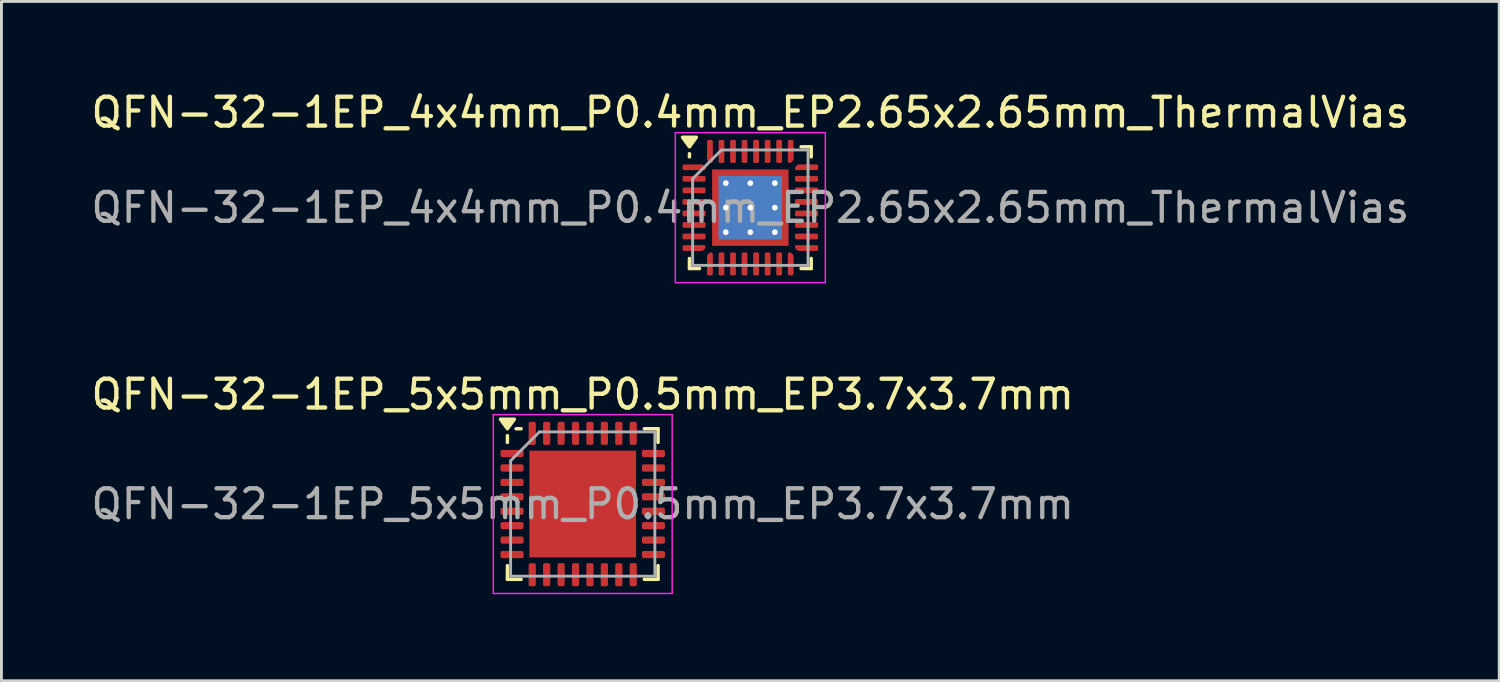
<source format=kicad_pcb>
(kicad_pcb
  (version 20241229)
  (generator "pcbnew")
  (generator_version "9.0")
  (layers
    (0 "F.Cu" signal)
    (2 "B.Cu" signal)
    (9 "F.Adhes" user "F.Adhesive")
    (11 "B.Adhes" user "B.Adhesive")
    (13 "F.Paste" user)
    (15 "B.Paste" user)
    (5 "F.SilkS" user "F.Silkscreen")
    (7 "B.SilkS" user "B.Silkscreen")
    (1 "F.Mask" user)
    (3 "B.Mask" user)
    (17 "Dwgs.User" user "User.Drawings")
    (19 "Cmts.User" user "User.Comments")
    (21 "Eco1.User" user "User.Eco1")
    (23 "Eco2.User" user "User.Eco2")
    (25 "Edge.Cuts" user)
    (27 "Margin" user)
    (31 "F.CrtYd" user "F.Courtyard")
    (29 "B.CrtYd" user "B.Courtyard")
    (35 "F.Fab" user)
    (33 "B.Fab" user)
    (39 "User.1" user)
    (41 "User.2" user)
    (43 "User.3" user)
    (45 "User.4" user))
  (footprint "QFN-32-1EP_5x5mm_P0.5mm_EP3.7x3.7mm"
    (layer "F.Cu")
    (at 17.149 14.421)
    (property "Reference" "QFN-32-1EP_5x5mm_P0.5mm_EP3.7x3.7mm" (at 0 -3.8 0) (layer "F.SilkS") (effects (font (size 1 1) (thickness 0.15))))
    (attr smd)
    (fp_line (start -2.61 -2.135) (end -2.61 -2.37) (stroke (width 0.12) (type solid)) (layer "F.SilkS"))
    (fp_line (start -2.61 2.61) (end -2.61 2.135) (stroke (width 0.12) (type solid)) (layer "F.SilkS"))
    (fp_line (start -2.135 -2.61) (end -2.31 -2.61) (stroke (width 0.12) (type solid)) (layer "F.SilkS"))
    (fp_line (start -2.135 2.61) (end -2.61 2.61) (stroke (width 0.12) (type solid)) (layer "F.SilkS"))
    (fp_line (start 2.135 -2.61) (end 2.61 -2.61) (stroke (width 0.12) (type solid)) (layer "F.SilkS"))
    (fp_line (start 2.135 2.61) (end 2.61 2.61) (stroke (width 0.12) (type solid)) (layer "F.SilkS"))
    (fp_line (start 2.61 -2.61) (end 2.61 -2.135) (stroke (width 0.12) (type solid)) (layer "F.SilkS"))
    (fp_line (start 2.61 2.61) (end 2.61 2.135) (stroke (width 0.12) (type solid)) (layer "F.SilkS"))
    (fp_poly (pts (xy -2.61 -2.61) (xy -2.85 -2.94) (xy -2.37 -2.94) (xy -2.61 -2.61)) (stroke (width 0.12) (type solid)) (fill yes) (layer "F.SilkS"))
    (fp_line (start -3.1 -3.1) (end -3.1 3.1) (stroke (width 0.05) (type solid)) (layer "F.CrtYd"))
    (fp_line (start -3.1 3.1) (end 3.1 3.1) (stroke (width 0.05) (type solid)) (layer "F.CrtYd"))
    (fp_line (start 3.1 -3.1) (end -3.1 -3.1) (stroke (width 0.05) (type solid)) (layer "F.CrtYd"))
    (fp_line (start 3.1 3.1) (end 3.1 -3.1) (stroke (width 0.05) (type solid)) (layer "F.CrtYd"))
    (fp_line (start -2.5 -1.5) (end -1.5 -2.5) (stroke (width 0.1) (type solid)) (layer "F.Fab"))
    (fp_line (start -2.5 2.5) (end -2.5 -1.5) (stroke (width 0.1) (type solid)) (layer "F.Fab"))
    (fp_line (start -1.5 -2.5) (end 2.5 -2.5) (stroke (width 0.1) (type solid)) (layer "F.Fab"))
    (fp_line (start 2.5 -2.5) (end 2.5 2.5) (stroke (width 0.1) (type solid)) (layer "F.Fab"))
    (fp_line (start 2.5 2.5) (end -2.5 2.5) (stroke (width 0.1) (type solid)) (layer "F.Fab"))
    (fp_text user "${REFERENCE}" (at 0 0 0) (layer "F.Fab") (effects (font (size 1 1) (thickness 0.15))))
    (pad "" smd roundrect (at -0.925 -0.925) (size 1.49 1.49) (layers "F.Paste") (roundrect_rratio 0.168))
    (pad "" smd roundrect (at -0.925 0.925) (size 1.49 1.49) (layers "F.Paste") (roundrect_rratio 0.168))
    (pad "" smd roundrect (at 0.925 -0.925) (size 1.49 1.49) (layers "F.Paste") (roundrect_rratio 0.168))
    (pad "" smd roundrect (at 0.925 0.925) (size 1.49 1.49) (layers "F.Paste") (roundrect_rratio 0.168))
    (pad "1" smd roundrect (at -2.45 -1.75) (size 0.8 0.25) (layers "F.Cu" "F.Mask" "F.Paste") (roundrect_rratio 0.25))
    (pad "2" smd roundrect (at -2.45 -1.25) (size 0.8 0.25) (layers "F.Cu" "F.Mask" "F.Paste") (roundrect_rratio 0.25))
    (pad "3" smd roundrect (at -2.45 -0.75) (size 0.8 0.25) (layers "F.Cu" "F.Mask" "F.Paste") (roundrect_rratio 0.25))
    (pad "4" smd roundrect (at -2.45 -0.25) (size 0.8 0.25) (layers "F.Cu" "F.Mask" "F.Paste") (roundrect_rratio 0.25))
    (pad "5" smd roundrect (at -2.45 0.25) (size 0.8 0.25) (layers "F.Cu" "F.Mask" "F.Paste") (roundrect_rratio 0.25))
    (pad "6" smd roundrect (at -2.45 0.75) (size 0.8 0.25) (layers "F.Cu" "F.Mask" "F.Paste") (roundrect_rratio 0.25))
    (pad "7" smd roundrect (at -2.45 1.25) (size 0.8 0.25) (layers "F.Cu" "F.Mask" "F.Paste") (roundrect_rratio 0.25))
    (pad "8" smd roundrect (at -2.45 1.75) (size 0.8 0.25) (layers "F.Cu" "F.Mask" "F.Paste") (roundrect_rratio 0.25))
    (pad "9" smd roundrect (at -1.75 2.45) (size 0.25 0.8) (layers "F.Cu" "F.Mask" "F.Paste") (roundrect_rratio 0.25))
    (pad "10" smd roundrect (at -1.25 2.45) (size 0.25 0.8) (layers "F.Cu" "F.Mask" "F.Paste") (roundrect_rratio 0.25))
    (pad "11" smd roundrect (at -0.75 2.45) (size 0.25 0.8) (layers "F.Cu" "F.Mask" "F.Paste") (roundrect_rratio 0.25))
    (pad "12" smd roundrect (at -0.25 2.45) (size 0.25 0.8) (layers "F.Cu" "F.Mask" "F.Paste") (roundrect_rratio 0.25))
    (pad "13" smd roundrect (at 0.25 2.45) (size 0.25 0.8) (layers "F.Cu" "F.Mask" "F.Paste") (roundrect_rratio 0.25))
    (pad "14" smd roundrect (at 0.75 2.45) (size 0.25 0.8) (layers "F.Cu" "F.Mask" "F.Paste") (roundrect_rratio 0.25))
    (pad "15" smd roundrect (at 1.25 2.45) (size 0.25 0.8) (layers "F.Cu" "F.Mask" "F.Paste") (roundrect_rratio 0.25))
    (pad "16" smd roundrect (at 1.75 2.45) (size 0.25 0.8) (layers "F.Cu" "F.Mask" "F.Paste") (roundrect_rratio 0.25))
    (pad "17" smd roundrect (at 2.45 1.75) (size 0.8 0.25) (layers "F.Cu" "F.Mask" "F.Paste") (roundrect_rratio 0.25))
    (pad "18" smd roundrect (at 2.45 1.25) (size 0.8 0.25) (layers "F.Cu" "F.Mask" "F.Paste") (roundrect_rratio 0.25))
    (pad "19" smd roundrect (at 2.45 0.75) (size 0.8 0.25) (layers "F.Cu" "F.Mask" "F.Paste") (roundrect_rratio 0.25))
    (pad "20" smd roundrect (at 2.45 0.25) (size 0.8 0.25) (layers "F.Cu" "F.Mask" "F.Paste") (roundrect_rratio 0.25))
    (pad "21" smd roundrect (at 2.45 -0.25) (size 0.8 0.25) (layers "F.Cu" "F.Mask" "F.Paste") (roundrect_rratio 0.25))
    (pad "22" smd roundrect (at 2.45 -0.75) (size 0.8 0.25) (layers "F.Cu" "F.Mask" "F.Paste") (roundrect_rratio 0.25))
    (pad "23" smd roundrect (at 2.45 -1.25) (size 0.8 0.25) (layers "F.Cu" "F.Mask" "F.Paste") (roundrect_rratio 0.25))
    (pad "24" smd roundrect (at 2.45 -1.75) (size 0.8 0.25) (layers "F.Cu" "F.Mask" "F.Paste") (roundrect_rratio 0.25))
    (pad "25" smd roundrect (at 1.75 -2.45) (size 0.25 0.8) (layers "F.Cu" "F.Mask" "F.Paste") (roundrect_rratio 0.25))
    (pad "26" smd roundrect (at 1.25 -2.45) (size 0.25 0.8) (layers "F.Cu" "F.Mask" "F.Paste") (roundrect_rratio 0.25))
    (pad "27" smd roundrect (at 0.75 -2.45) (size 0.25 0.8) (layers "F.Cu" "F.Mask" "F.Paste") (roundrect_rratio 0.25))
    (pad "28" smd roundrect (at 0.25 -2.45) (size 0.25 0.8) (layers "F.Cu" "F.Mask" "F.Paste") (roundrect_rratio 0.25))
    (pad "29" smd roundrect (at -0.25 -2.45) (size 0.25 0.8) (layers "F.Cu" "F.Mask" "F.Paste") (roundrect_rratio 0.25))
    (pad "30" smd roundrect (at -0.75 -2.45) (size 0.25 0.8) (layers "F.Cu" "F.Mask" "F.Paste") (roundrect_rratio 0.25))
    (pad "31" smd roundrect (at -1.25 -2.45) (size 0.25 0.8) (layers "F.Cu" "F.Mask" "F.Paste") (roundrect_rratio 0.25))
    (pad "32" smd roundrect (at -1.75 -2.45) (size 0.25 0.8) (layers "F.Cu" "F.Mask" "F.Paste") (roundrect_rratio 0.25))
    (pad "33" smd rect (at 0 0) (size 3.7 3.7) (property pad_prop_heatsink) (layers "F.Cu" "F.Mask")))
  (footprint "QFN-32-1EP_4x4mm_P0.4mm_EP2.65x2.65mm_ThermalVias"
    (layer "F.Cu")
    (at 22.958 4.148)
    (property "Reference" "QFN-32-1EP_4x4mm_P0.4mm_EP2.65x2.65mm_ThermalVias" (at 0 -3.3 0) (layer "F.SilkS") (effects (font (size 1 1) (thickness 0.15))))
    (attr smd)
    (fp_line (start -2.11 -1.76) (end -2.11 -1.87) (stroke (width 0.12) (type solid)) (layer "F.SilkS"))
    (fp_line (start -2.11 2.11) (end -2.11 1.76) (stroke (width 0.12) (type solid)) (layer "F.SilkS"))
    (fp_line (start -1.76 2.11) (end -2.11 2.11) (stroke (width 0.12) (type solid)) (layer "F.SilkS"))
    (fp_line (start 1.76 -2.11) (end 2.11 -2.11) (stroke (width 0.12) (type solid)) (layer "F.SilkS"))
    (fp_line (start 1.76 2.11) (end 2.11 2.11) (stroke (width 0.12) (type solid)) (layer "F.SilkS"))
    (fp_line (start 2.11 -2.11) (end 2.11 -1.76) (stroke (width 0.12) (type solid)) (layer "F.SilkS"))
    (fp_line (start 2.11 2.11) (end 2.11 1.76) (stroke (width 0.12) (type solid)) (layer "F.SilkS"))
    (fp_poly (pts (xy -2.11 -2.11) (xy -2.35 -2.44) (xy -1.87 -2.44) (xy -2.11 -2.11)) (stroke (width 0.12) (type solid)) (fill yes) (layer "F.SilkS"))
    (fp_line (start -2.6 -2.6) (end -2.6 2.6) (stroke (width 0.05) (type solid)) (layer "F.CrtYd"))
    (fp_line (start -2.6 2.6) (end 2.6 2.6) (stroke (width 0.05) (type solid)) (layer "F.CrtYd"))
    (fp_line (start 2.6 -2.6) (end -2.6 -2.6) (stroke (width 0.05) (type solid)) (layer "F.CrtYd"))
    (fp_line (start 2.6 2.6) (end 2.6 -2.6) (stroke (width 0.05) (type solid)) (layer "F.CrtYd"))
    (fp_line (start -2 -1) (end -1 -2) (stroke (width 0.1) (type solid)) (layer "F.Fab"))
    (fp_line (start -2 2) (end -2 -1) (stroke (width 0.1) (type solid)) (layer "F.Fab"))
    (fp_line (start -1 -2) (end 2 -2) (stroke (width 0.1) (type solid)) (layer "F.Fab"))
    (fp_line (start 2 -2) (end 2 2) (stroke (width 0.1) (type solid)) (layer "F.Fab"))
    (fp_line (start 2 2) (end -2 2) (stroke (width 0.1) (type solid)) (layer "F.Fab"))
    (fp_text user "${REFERENCE}" (at 0 0 0) (layer "F.Fab") (effects (font (size 1 1) (thickness 0.15))))
    (pad "" smd custom (at -1.087 -1.087) (size 0.248 0.248) (layers "F.Paste") (options (anchor circle)) (primitives (gr_poly (pts (xy -0.096 -0.096) (xy 0.096 -0.096) (xy 0.096 -0.039) (xy -0.039 0.096) (xy -0.096 0.096)) (width 0.191) (fill yes))))
    (pad "" smd custom (at -1.087 -0.425) (size 0.274 0.274) (layers "F.Paste") (options (anchor circle)) (primitives (gr_poly (pts (xy -0.096 -0.247) (xy -0.003 -0.247) (xy 0.096 -0.149) (xy 0.096 0.149) (xy -0.003 0.247) (xy -0.096 0.247)) (width 0.191) (fill yes))))
    (pad "" smd custom (at -1.087 0.425) (size 0.274 0.274) (layers "F.Paste") (options (anchor circle)) (primitives (gr_poly (pts (xy -0.096 -0.247) (xy -0.003 -0.247) (xy 0.096 -0.149) (xy 0.096 0.149) (xy -0.003 0.247) (xy -0.096 0.247)) (width 0.191) (fill yes))))
    (pad "" smd custom (at -1.087 1.087) (size 0.248 0.248) (layers "F.Paste") (options (anchor circle)) (primitives (gr_poly (pts (xy -0.096 -0.096) (xy -0.039 -0.096) (xy 0.096 0.039) (xy 0.096 0.096) (xy -0.096 0.096)) (width 0.191) (fill yes))))
    (pad "" smd custom (at -0.425 -1.087) (size 0.274 0.274) (layers "F.Paste") (options (anchor circle)) (primitives (gr_poly (pts (xy -0.247 -0.096) (xy 0.247 -0.096) (xy 0.247 -0.003) (xy 0.149 0.096) (xy -0.149 0.096) (xy -0.247 -0.003)) (width 0.191) (fill yes))))
    (pad "" smd custom (at -0.425 -0.425) (size 0.602 0.602) (layers "F.Paste") (options (anchor circle)) (primitives (gr_poly (pts (xy -0.259 -0.19) (xy -0.19 -0.259) (xy 0.19 -0.259) (xy 0.259 -0.19) (xy 0.259 0.19) (xy 0.19 0.259) (xy -0.19 0.259) (xy -0.259 0.19)) (width 0.167) (fill yes))))
    (pad "" smd custom (at -0.425 0.425) (size 0.602 0.602) (layers "F.Paste") (options (anchor circle)) (primitives (gr_poly (pts (xy -0.259 -0.19) (xy -0.19 -0.259) (xy 0.19 -0.259) (xy 0.259 -0.19) (xy 0.259 0.19) (xy 0.19 0.259) (xy -0.19 0.259) (xy -0.259 0.19)) (width 0.167) (fill yes))))
    (pad "" smd custom (at -0.425 1.087) (size 0.274 0.274) (layers "F.Paste") (options (anchor circle)) (primitives (gr_poly (pts (xy -0.247 0.003) (xy -0.149 -0.096) (xy 0.149 -0.096) (xy 0.247 0.003) (xy 0.247 0.096) (xy -0.247 0.096)) (width 0.191) (fill yes))))
    (pad "" smd custom (at 0.425 -1.087) (size 0.274 0.274) (layers "F.Paste") (options (anchor circle)) (primitives (gr_poly (pts (xy -0.247 -0.096) (xy 0.247 -0.096) (xy 0.247 -0.003) (xy 0.149 0.096) (xy -0.149 0.096) (xy -0.247 -0.003)) (width 0.191) (fill yes))))
    (pad "" smd custom (at 0.425 -0.425) (size 0.602 0.602) (layers "F.Paste") (options (anchor circle)) (primitives (gr_poly (pts (xy -0.259 -0.19) (xy -0.19 -0.259) (xy 0.19 -0.259) (xy 0.259 -0.19) (xy 0.259 0.19) (xy 0.19 0.259) (xy -0.19 0.259) (xy -0.259 0.19)) (width 0.167) (fill yes))))
    (pad "" smd custom (at 0.425 0.425) (size 0.602 0.602) (layers "F.Paste") (options (anchor circle)) (primitives (gr_poly (pts (xy -0.259 -0.19) (xy -0.19 -0.259) (xy 0.19 -0.259) (xy 0.259 -0.19) (xy 0.259 0.19) (xy 0.19 0.259) (xy -0.19 0.259) (xy -0.259 0.19)) (width 0.167) (fill yes))))
    (pad "" smd custom (at 0.425 1.087) (size 0.274 0.274) (layers "F.Paste") (options (anchor circle)) (primitives (gr_poly (pts (xy -0.247 0.003) (xy -0.149 -0.096) (xy 0.149 -0.096) (xy 0.247 0.003) (xy 0.247 0.096) (xy -0.247 0.096)) (width 0.191) (fill yes))))
    (pad "" smd custom (at 1.087 -1.087) (size 0.248 0.248) (layers "F.Paste") (options (anchor circle)) (primitives (gr_poly (pts (xy -0.096 -0.096) (xy 0.096 -0.096) (xy 0.096 0.096) (xy 0.039 0.096) (xy -0.096 -0.039)) (width 0.191) (fill yes))))
    (pad "" smd custom (at 1.087 -0.425) (size 0.274 0.274) (layers "F.Paste") (options (anchor circle)) (primitives (gr_poly (pts (xy -0.096 -0.149) (xy 0.003 -0.247) (xy 0.096 -0.247) (xy 0.096 0.247) (xy 0.003 0.247) (xy -0.096 0.149)) (width 0.191) (fill yes))))
    (pad "" smd custom (at 1.087 0.425) (size 0.274 0.274) (layers "F.Paste") (options (anchor circle)) (primitives (gr_poly (pts (xy -0.096 -0.149) (xy 0.003 -0.247) (xy 0.096 -0.247) (xy 0.096 0.247) (xy 0.003 0.247) (xy -0.096 0.149)) (width 0.191) (fill yes))))
    (pad "" smd custom (at 1.087 1.087) (size 0.248 0.248) (layers "F.Paste") (options (anchor circle)) (primitives (gr_poly (pts (xy -0.096 0.039) (xy 0.039 -0.096) (xy 0.096 -0.096) (xy 0.096 0.096) (xy -0.096 0.096)) (width 0.191) (fill yes))))
    (pad "1" smd custom (at -1.95 -1.4) (size 0.129 0.129) (layers "F.Cu" "F.Mask" "F.Paste") (options (anchor circle)) (primitives (gr_poly (pts (xy -0.35 -0.05) (xy 0.279 -0.05) (xy 0.35 0.021) (xy 0.35 0.05) (xy -0.35 0.05)) (width 0.1) (fill yes))))
    (pad "2" smd roundrect (at -1.95 -1) (size 0.8 0.2) (layers "F.Cu" "F.Mask" "F.Paste") (roundrect_rratio 0.25))
    (pad "3" smd roundrect (at -1.95 -0.6) (size 0.8 0.2) (layers "F.Cu" "F.Mask" "F.Paste") (roundrect_rratio 0.25))
    (pad "4" smd roundrect (at -1.95 -0.2) (size 0.8 0.2) (layers "F.Cu" "F.Mask" "F.Paste") (roundrect_rratio 0.25))
    (pad "5" smd roundrect (at -1.95 0.2) (size 0.8 0.2) (layers "F.Cu" "F.Mask" "F.Paste") (roundrect_rratio 0.25))
    (pad "6" smd roundrect (at -1.95 0.6) (size 0.8 0.2) (layers "F.Cu" "F.Mask" "F.Paste") (roundrect_rratio 0.25))
    (pad "7" smd roundrect (at -1.95 1) (size 0.8 0.2) (layers "F.Cu" "F.Mask" "F.Paste") (roundrect_rratio 0.25))
    (pad "8" smd custom (at -1.95 1.4) (size 0.129 0.129) (layers "F.Cu" "F.Mask" "F.Paste") (options (anchor circle)) (primitives (gr_poly (pts (xy -0.35 -0.05) (xy 0.35 -0.05) (xy 0.35 -0.021) (xy 0.279 0.05) (xy -0.35 0.05)) (width 0.1) (fill yes))))
    (pad "9" smd custom (at -1.4 1.95) (size 0.129 0.129) (layers "F.Cu" "F.Mask" "F.Paste") (options (anchor circle)) (primitives (gr_poly (pts (xy -0.05 -0.279) (xy 0.021 -0.35) (xy 0.05 -0.35) (xy 0.05 0.35) (xy -0.05 0.35)) (width 0.1) (fill yes))))
    (pad "10" smd roundrect (at -1 1.95) (size 0.2 0.8) (layers "F.Cu" "F.Mask" "F.Paste") (roundrect_rratio 0.25))
    (pad "11" smd roundrect (at -0.6 1.95) (size 0.2 0.8) (layers "F.Cu" "F.Mask" "F.Paste") (roundrect_rratio 0.25))
    (pad "12" smd roundrect (at -0.2 1.95) (size 0.2 0.8) (layers "F.Cu" "F.Mask" "F.Paste") (roundrect_rratio 0.25))
    (pad "13" smd roundrect (at 0.2 1.95) (size 0.2 0.8) (layers "F.Cu" "F.Mask" "F.Paste") (roundrect_rratio 0.25))
    (pad "14" smd roundrect (at 0.6 1.95) (size 0.2 0.8) (layers "F.Cu" "F.Mask" "F.Paste") (roundrect_rratio 0.25))
    (pad "15" smd roundrect (at 1 1.95) (size 0.2 0.8) (layers "F.Cu" "F.Mask" "F.Paste") (roundrect_rratio 0.25))
    (pad "16" smd custom (at 1.4 1.95) (size 0.129 0.129) (layers "F.Cu" "F.Mask" "F.Paste") (options (anchor circle)) (primitives (gr_poly (pts (xy -0.05 -0.35) (xy -0.021 -0.35) (xy 0.05 -0.279) (xy 0.05 0.35) (xy -0.05 0.35)) (width 0.1) (fill yes))))
    (pad "17" smd custom (at 1.95 1.4) (size 0.129 0.129) (layers "F.Cu" "F.Mask" "F.Paste") (options (anchor circle)) (primitives (gr_poly (pts (xy -0.35 -0.05) (xy 0.35 -0.05) (xy 0.35 0.05) (xy -0.279 0.05) (xy -0.35 -0.021)) (width 0.1) (fill yes))))
    (pad "18" smd roundrect (at 1.95 1) (size 0.8 0.2) (layers "F.Cu" "F.Mask" "F.Paste") (roundrect_rratio 0.25))
    (pad "19" smd roundrect (at 1.95 0.6) (size 0.8 0.2) (layers "F.Cu" "F.Mask" "F.Paste") (roundrect_rratio 0.25))
    (pad "20" smd roundrect (at 1.95 0.2) (size 0.8 0.2) (layers "F.Cu" "F.Mask" "F.Paste") (roundrect_rratio 0.25))
    (pad "21" smd roundrect (at 1.95 -0.2) (size 0.8 0.2) (layers "F.Cu" "F.Mask" "F.Paste") (roundrect_rratio 0.25))
    (pad "22" smd roundrect (at 1.95 -0.6) (size 0.8 0.2) (layers "F.Cu" "F.Mask" "F.Paste") (roundrect_rratio 0.25))
    (pad "23" smd roundrect (at 1.95 -1) (size 0.8 0.2) (layers "F.Cu" "F.Mask" "F.Paste") (roundrect_rratio 0.25))
    (pad "24" smd custom (at 1.95 -1.4) (size 0.129 0.129) (layers "F.Cu" "F.Mask" "F.Paste") (options (anchor circle)) (primitives (gr_poly (pts (xy -0.35 0.021) (xy -0.279 -0.05) (xy 0.35 -0.05) (xy 0.35 0.05) (xy -0.35 0.05)) (width 0.1) (fill yes))))
    (pad "25" smd custom (at 1.4 -1.95) (size 0.129 0.129) (layers "F.Cu" "F.Mask" "F.Paste") (options (anchor circle)) (primitives (gr_poly (pts (xy -0.05 -0.35) (xy 0.05 -0.35) (xy 0.05 0.279) (xy -0.021 0.35) (xy -0.05 0.35)) (width 0.1) (fill yes))))
    (pad "26" smd roundrect (at 1 -1.95) (size 0.2 0.8) (layers "F.Cu" "F.Mask" "F.Paste") (roundrect_rratio 0.25))
    (pad "27" smd roundrect (at 0.6 -1.95) (size 0.2 0.8) (layers "F.Cu" "F.Mask" "F.Paste") (roundrect_rratio 0.25))
    (pad "28" smd roundrect (at 0.2 -1.95) (size 0.2 0.8) (layers "F.Cu" "F.Mask" "F.Paste") (roundrect_rratio 0.25))
    (pad "29" smd roundrect (at -0.2 -1.95) (size 0.2 0.8) (layers "F.Cu" "F.Mask" "F.Paste") (roundrect_rratio 0.25))
    (pad "30" smd roundrect (at -0.6 -1.95) (size 0.2 0.8) (layers "F.Cu" "F.Mask" "F.Paste") (roundrect_rratio 0.25))
    (pad "31" smd roundrect (at -1 -1.95) (size 0.2 0.8) (layers "F.Cu" "F.Mask" "F.Paste") (roundrect_rratio 0.25))
    (pad "32" smd custom (at -1.4 -1.95) (size 0.129 0.129) (layers "F.Cu" "F.Mask" "F.Paste") (options (anchor circle)) (primitives (gr_poly (pts (xy -0.05 -0.35) (xy 0.05 -0.35) (xy 0.05 0.35) (xy 0.021 0.35) (xy -0.05 0.279)) (width 0.1) (fill yes))))
    (pad "33" thru_hole circle (at -0.85 -0.85) (size 0.5 0.5) (drill 0.2) (property pad_prop_heatsink) (layers "*.Cu"))
    (pad "33" thru_hole circle (at -0.85 0) (size 0.5 0.5) (drill 0.2) (property pad_prop_heatsink) (layers "*.Cu"))
    (pad "33" thru_hole circle (at -0.85 0.85) (size 0.5 0.5) (drill 0.2) (property pad_prop_heatsink) (layers "*.Cu"))
    (pad "33" thru_hole circle (at 0 -0.85) (size 0.5 0.5) (drill 0.2) (property pad_prop_heatsink) (layers "*.Cu"))
    (pad "33" thru_hole circle (at 0 0) (size 0.5 0.5) (drill 0.2) (property pad_prop_heatsink) (layers "*.Cu"))
    (pad "33" smd rect (at 0 0) (size 2.2 2.2) (property pad_prop_heatsink) (layers "B.Cu"))
    (pad "33" smd rect (at 0 0) (size 2.65 2.65) (property pad_prop_heatsink) (layers "F.Cu" "F.Mask"))
    (pad "33" thru_hole circle (at 0 0.85) (size 0.5 0.5) (drill 0.2) (property pad_prop_heatsink) (layers "*.Cu"))
    (pad "33" thru_hole circle (at 0.85 -0.85) (size 0.5 0.5) (drill 0.2) (property pad_prop_heatsink) (layers "*.Cu"))
    (pad "33" thru_hole circle (at 0.85 0) (size 0.5 0.5) (drill 0.2) (property pad_prop_heatsink) (layers "*.Cu"))
    (pad "33" thru_hole circle (at 0.85 0.85) (size 0.5 0.5) (drill 0.2) (property pad_prop_heatsink) (layers "*.Cu")))
  (gr_rect
    (start -3 -3)
    (end 48.917 20.547)
    (stroke (width 0.1) (type default))
    (fill no)
    (layer "Edge.Cuts")))
</source>
